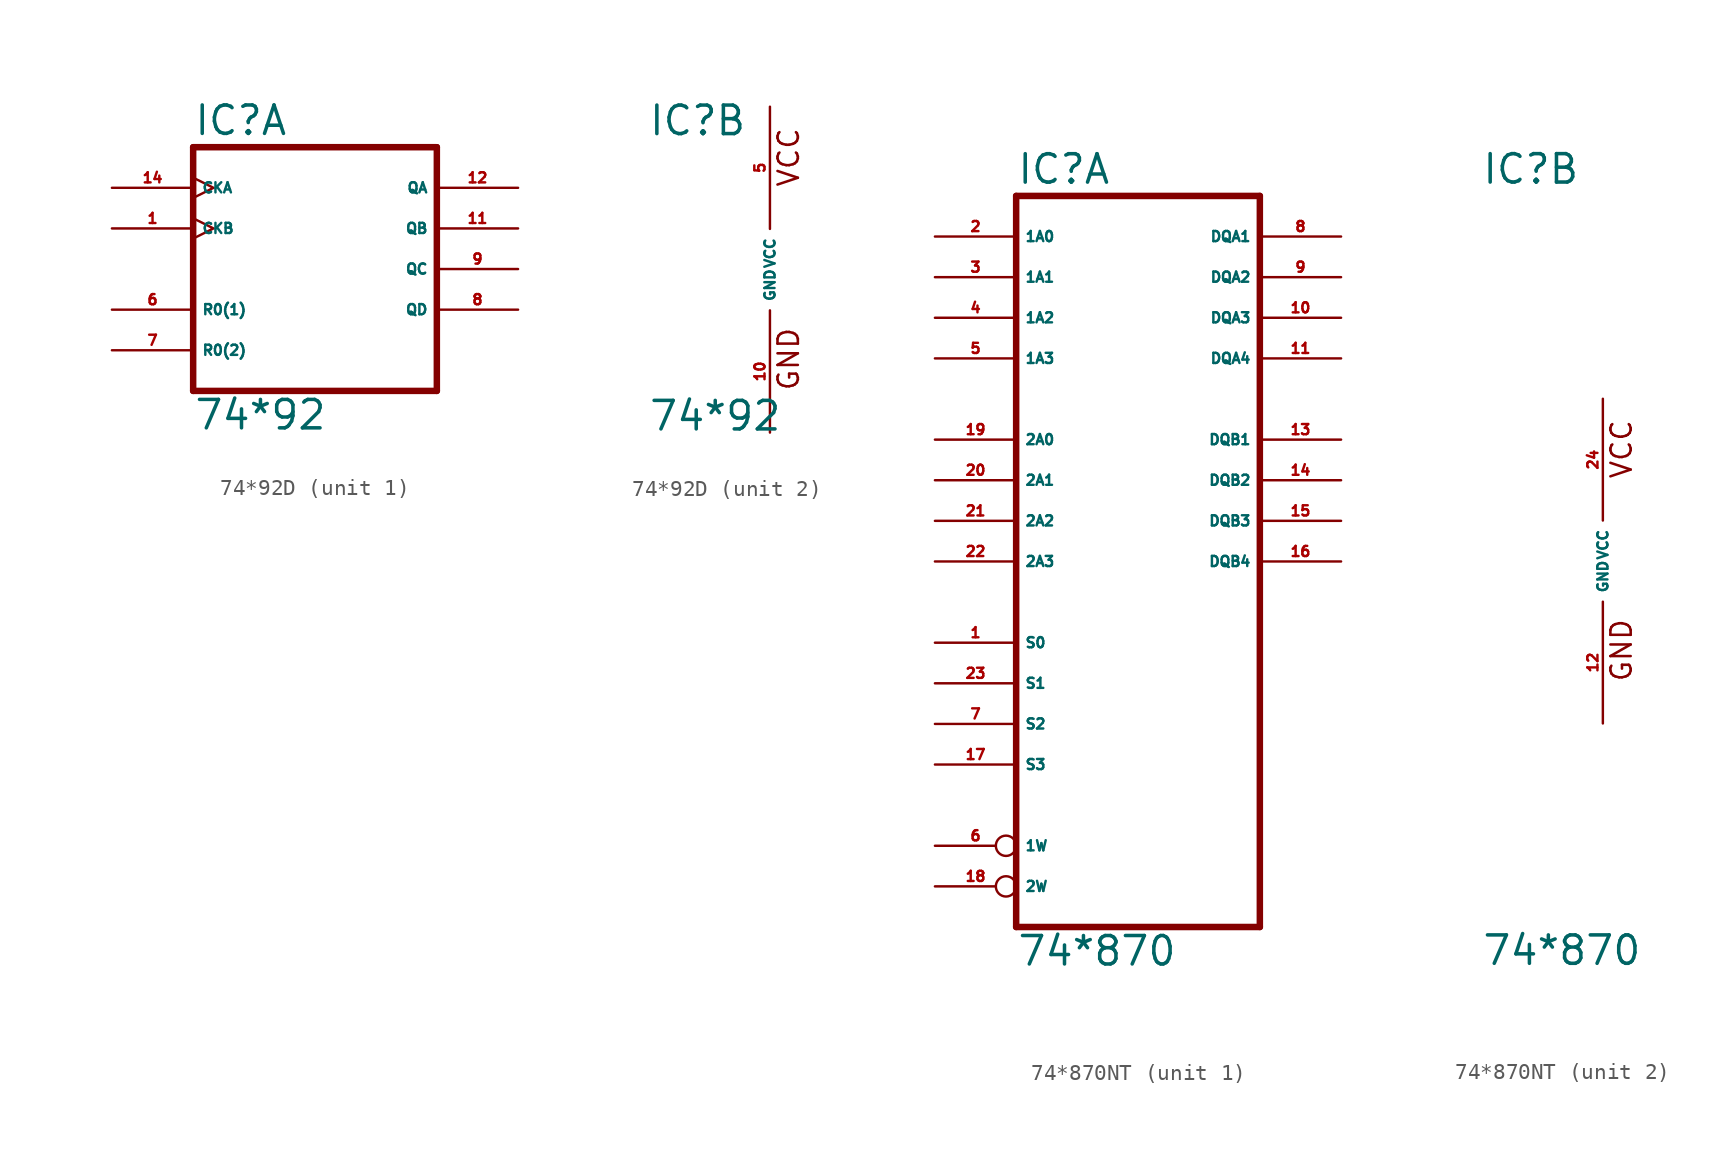
<source format=kicad_sym>
(kicad_symbol_lib
  (version 20220914)
  (generator Eagle2Kicad)
  (symbol "74*92D"
    (property "Reference" "IC"
      (at -7.62 8.255 0)
      (effects (font (size 1.778 1.778) (thickness 0.22)) (justify left bottom)))
    (property "Value" "74*92"
      (at -7.62 -10.16 0)
      (effects (font (size 1.778 1.778) (thickness 0.22)) (justify left bottom)))
    (symbol "74*92D_1_0"
      (polyline (pts (xy -7.62 -7.62) (xy 7.62 -7.62)) (stroke (width 0.406) (type default)) (fill (type none)))
      (polyline (pts (xy 7.62 -7.62) (xy 7.62 7.62)) (stroke (width 0.406) (type default)) (fill (type none)))
      (polyline (pts (xy 7.62 7.62) (xy -7.62 7.62)) (stroke (width 0.406) (type default)) (fill (type none)))
      (polyline (pts (xy -7.62 7.62) (xy -7.62 -7.62)) (stroke (width 0.406) (type default)) (fill (type none)))
      (pin input clock (at -12.7 2.54 0) (length 5.08) (name "CKB" (effects (font (size 0.635 0.635) (thickness 0.08)) (justify left bottom))) (number "1" (effects (font (size 0.635 0.635) (thickness 0.08)) (justify left bottom))))
      (pin input line (at -12.7 -2.54 0) (length 5.08) (name "R0(1)" (effects (font (size 0.635 0.635) (thickness 0.08)) (justify left bottom))) (number "6" (effects (font (size 0.635 0.635) (thickness 0.08)) (justify left bottom))))
      (pin input line (at -12.7 -5.08 0) (length 5.08) (name "R0(2)" (effects (font (size 0.635 0.635) (thickness 0.08)) (justify left bottom))) (number "7" (effects (font (size 0.635 0.635) (thickness 0.08)) (justify left bottom))))
      (pin output line (at 12.7 -2.54 180) (length 5.08) (name "QD" (effects (font (size 0.635 0.635) (thickness 0.08)) (justify left bottom))) (number "8" (effects (font (size 0.635 0.635) (thickness 0.08)) (justify left bottom))))
      (pin output line (at 12.7 0 180) (length 5.08) (name "QC" (effects (font (size 0.635 0.635) (thickness 0.08)) (justify left bottom))) (number "9" (effects (font (size 0.635 0.635) (thickness 0.08)) (justify left bottom))))
      (pin output line (at 12.7 2.54 180) (length 5.08) (name "QB" (effects (font (size 0.635 0.635) (thickness 0.08)) (justify left bottom))) (number "11" (effects (font (size 0.635 0.635) (thickness 0.08)) (justify left bottom))))
      (pin output line (at 12.7 5.08 180) (length 5.08) (name "QA" (effects (font (size 0.635 0.635) (thickness 0.08)) (justify left bottom))) (number "12" (effects (font (size 0.635 0.635) (thickness 0.08)) (justify left bottom))))
      (pin input clock (at -12.7 5.08 0) (length 5.08) (name "CKA" (effects (font (size 0.635 0.635) (thickness 0.08)) (justify left bottom))) (number "14" (effects (font (size 0.635 0.635) (thickness 0.08)) (justify left bottom)))))
    (symbol "74*92D_2_0"
      (text "GND" (at 1.905 -7.62 900) (effects (font (size 1.27 1.27) (thickness 0.16)) (justify left bottom)))
      (text "VCC" (at 1.905 5.08 900) (effects (font (size 1.27 1.27) (thickness 0.16)) (justify left bottom)))
      (pin unspecified line (at 0 -10.16 90) (length 7.62) (name "GND" (effects (font (size 0.635 0.635) (thickness 0.08)) (justify left bottom))) (number "10" (effects (font (size 0.635 0.635) (thickness 0.08)) (justify left bottom))))
      (pin unspecified line (at 0 10.16 270) (length 7.62) (name "VCC" (effects (font (size 0.635 0.635) (thickness 0.08)) (justify left bottom))) (number "5" (effects (font (size 0.635 0.635) (thickness 0.08)) (justify left bottom))))))
  (symbol "74*870NT"
    (property "Reference" "IC"
      (at -7.62 23.495 0)
      (effects (font (size 1.778 1.778) (thickness 0.22)) (justify left bottom)))
    (property "Value" "74*870"
      (at -7.62 -25.4 0)
      (effects (font (size 1.778 1.778) (thickness 0.22)) (justify left bottom)))
    (symbol "74*870NT_1_0"
      (polyline (pts (xy -7.62 -22.86) (xy 7.62 -22.86)) (stroke (width 0.406) (type default)) (fill (type none)))
      (polyline (pts (xy 7.62 -22.86) (xy 7.62 22.86)) (stroke (width 0.406) (type default)) (fill (type none)))
      (polyline (pts (xy 7.62 22.86) (xy -7.62 22.86)) (stroke (width 0.406) (type default)) (fill (type none)))
      (polyline (pts (xy -7.62 22.86) (xy -7.62 -22.86)) (stroke (width 0.406) (type default)) (fill (type none)))
      (pin input line (at -12.7 -5.08 0) (length 5.08) (name "S0" (effects (font (size 0.635 0.635) (thickness 0.08)) (justify left bottom))) (number "1" (effects (font (size 0.635 0.635) (thickness 0.08)) (justify left bottom))))
      (pin input line (at -12.7 20.32 0) (length 5.08) (name "1A0" (effects (font (size 0.635 0.635) (thickness 0.08)) (justify left bottom))) (number "2" (effects (font (size 0.635 0.635) (thickness 0.08)) (justify left bottom))))
      (pin input line (at -12.7 17.78 0) (length 5.08) (name "1A1" (effects (font (size 0.635 0.635) (thickness 0.08)) (justify left bottom))) (number "3" (effects (font (size 0.635 0.635) (thickness 0.08)) (justify left bottom))))
      (pin input line (at -12.7 15.24 0) (length 5.08) (name "1A2" (effects (font (size 0.635 0.635) (thickness 0.08)) (justify left bottom))) (number "4" (effects (font (size 0.635 0.635) (thickness 0.08)) (justify left bottom))))
      (pin input line (at -12.7 12.7 0) (length 5.08) (name "1A3" (effects (font (size 0.635 0.635) (thickness 0.08)) (justify left bottom))) (number "5" (effects (font (size 0.635 0.635) (thickness 0.08)) (justify left bottom))))
      (pin input inverted (at -12.7 -17.78 0) (length 5.08) (name "1W" (effects (font (size 0.635 0.635) (thickness 0.08)) (justify left bottom))) (number "6" (effects (font (size 0.635 0.635) (thickness 0.08)) (justify left bottom))))
      (pin input line (at -12.7 -10.16 0) (length 5.08) (name "S2" (effects (font (size 0.635 0.635) (thickness 0.08)) (justify left bottom))) (number "7" (effects (font (size 0.635 0.635) (thickness 0.08)) (justify left bottom))))
      (pin bidirectional line (at 12.7 20.32 180) (length 5.08) (name "DQA1" (effects (font (size 0.635 0.635) (thickness 0.08)) (justify left bottom))) (number "8" (effects (font (size 0.635 0.635) (thickness 0.08)) (justify left bottom))))
      (pin bidirectional line (at 12.7 17.78 180) (length 5.08) (name "DQA2" (effects (font (size 0.635 0.635) (thickness 0.08)) (justify left bottom))) (number "9" (effects (font (size 0.635 0.635) (thickness 0.08)) (justify left bottom))))
      (pin bidirectional line (at 12.7 15.24 180) (length 5.08) (name "DQA3" (effects (font (size 0.635 0.635) (thickness 0.08)) (justify left bottom))) (number "10" (effects (font (size 0.635 0.635) (thickness 0.08)) (justify left bottom))))
      (pin bidirectional line (at 12.7 12.7 180) (length 5.08) (name "DQA4" (effects (font (size 0.635 0.635) (thickness 0.08)) (justify left bottom))) (number "11" (effects (font (size 0.635 0.635) (thickness 0.08)) (justify left bottom))))
      (pin bidirectional line (at 12.7 7.62 180) (length 5.08) (name "DQB1" (effects (font (size 0.635 0.635) (thickness 0.08)) (justify left bottom))) (number "13" (effects (font (size 0.635 0.635) (thickness 0.08)) (justify left bottom))))
      (pin bidirectional line (at 12.7 5.08 180) (length 5.08) (name "DQB2" (effects (font (size 0.635 0.635) (thickness 0.08)) (justify left bottom))) (number "14" (effects (font (size 0.635 0.635) (thickness 0.08)) (justify left bottom))))
      (pin bidirectional line (at 12.7 2.54 180) (length 5.08) (name "DQB3" (effects (font (size 0.635 0.635) (thickness 0.08)) (justify left bottom))) (number "15" (effects (font (size 0.635 0.635) (thickness 0.08)) (justify left bottom))))
      (pin bidirectional line (at 12.7 0 180) (length 5.08) (name "DQB4" (effects (font (size 0.635 0.635) (thickness 0.08)) (justify left bottom))) (number "16" (effects (font (size 0.635 0.635) (thickness 0.08)) (justify left bottom))))
      (pin input line (at -12.7 -12.7 0) (length 5.08) (name "S3" (effects (font (size 0.635 0.635) (thickness 0.08)) (justify left bottom))) (number "17" (effects (font (size 0.635 0.635) (thickness 0.08)) (justify left bottom))))
      (pin input inverted (at -12.7 -20.32 0) (length 5.08) (name "2W" (effects (font (size 0.635 0.635) (thickness 0.08)) (justify left bottom))) (number "18" (effects (font (size 0.635 0.635) (thickness 0.08)) (justify left bottom))))
      (pin input line (at -12.7 7.62 0) (length 5.08) (name "2A0" (effects (font (size 0.635 0.635) (thickness 0.08)) (justify left bottom))) (number "19" (effects (font (size 0.635 0.635) (thickness 0.08)) (justify left bottom))))
      (pin input line (at -12.7 5.08 0) (length 5.08) (name "2A1" (effects (font (size 0.635 0.635) (thickness 0.08)) (justify left bottom))) (number "20" (effects (font (size 0.635 0.635) (thickness 0.08)) (justify left bottom))))
      (pin input line (at -12.7 2.54 0) (length 5.08) (name "2A2" (effects (font (size 0.635 0.635) (thickness 0.08)) (justify left bottom))) (number "21" (effects (font (size 0.635 0.635) (thickness 0.08)) (justify left bottom))))
      (pin input line (at -12.7 0 0) (length 5.08) (name "2A3" (effects (font (size 0.635 0.635) (thickness 0.08)) (justify left bottom))) (number "22" (effects (font (size 0.635 0.635) (thickness 0.08)) (justify left bottom))))
      (pin input line (at -12.7 -7.62 0) (length 5.08) (name "S1" (effects (font (size 0.635 0.635) (thickness 0.08)) (justify left bottom))) (number "23" (effects (font (size 0.635 0.635) (thickness 0.08)) (justify left bottom)))))
    (symbol "74*870NT_2_0"
      (text "GND" (at 1.905 -7.62 900) (effects (font (size 1.27 1.27) (thickness 0.16)) (justify left bottom)))
      (text "VCC" (at 1.905 5.08 900) (effects (font (size 1.27 1.27) (thickness 0.16)) (justify left bottom)))
      (pin unspecified line (at 0 -10.16 90) (length 7.62) (name "GND" (effects (font (size 0.635 0.635) (thickness 0.08)) (justify left bottom))) (number "12" (effects (font (size 0.635 0.635) (thickness 0.08)) (justify left bottom))))
      (pin unspecified line (at 0 10.16 270) (length 7.62) (name "VCC" (effects (font (size 0.635 0.635) (thickness 0.08)) (justify left bottom))) (number "24" (effects (font (size 0.635 0.635) (thickness 0.08)) (justify left bottom)))))))
</source>
